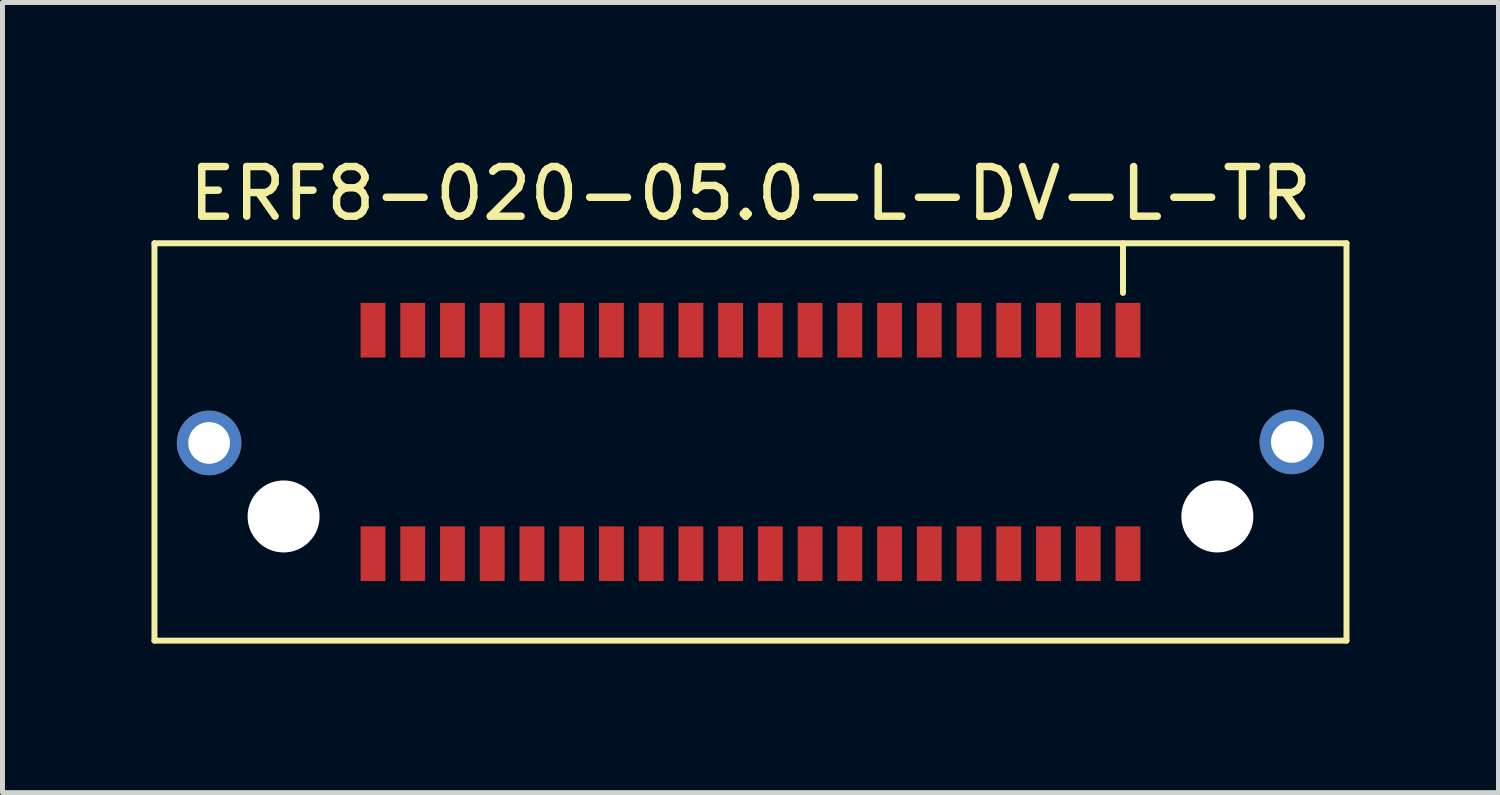
<source format=kicad_pcb>
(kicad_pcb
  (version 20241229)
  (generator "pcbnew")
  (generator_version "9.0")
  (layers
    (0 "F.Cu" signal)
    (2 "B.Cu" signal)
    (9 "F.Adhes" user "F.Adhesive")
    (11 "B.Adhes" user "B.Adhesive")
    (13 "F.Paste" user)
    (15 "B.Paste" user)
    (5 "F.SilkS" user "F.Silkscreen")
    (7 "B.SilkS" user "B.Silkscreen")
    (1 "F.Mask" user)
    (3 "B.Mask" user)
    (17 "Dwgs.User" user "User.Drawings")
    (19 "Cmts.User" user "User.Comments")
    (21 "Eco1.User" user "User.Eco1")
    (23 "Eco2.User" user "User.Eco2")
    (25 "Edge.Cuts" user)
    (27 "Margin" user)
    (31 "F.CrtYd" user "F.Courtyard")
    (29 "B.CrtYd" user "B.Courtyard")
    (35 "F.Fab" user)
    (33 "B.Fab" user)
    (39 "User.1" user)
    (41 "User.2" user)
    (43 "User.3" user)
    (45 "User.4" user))
  (footprint "ERF8-020-05.0-L-DV-L-TR"
    (layer "F.Cu")
    (at 12.06 5.848)
    (property "Reference" "ERF8-020-05.0-L-DV-L-TR" (at 0 -5 0) (layer "F.SilkS") (effects (font (size 1 1) (thickness 0.15))))
    (attr through_hole)
    (fp_line (start -12 -4) (end -12 4) (stroke (width 0.12) (type solid)) (layer "F.SilkS"))
    (fp_line (start -12 4) (end 12 4) (stroke (width 0.12) (type solid)) (layer "F.SilkS"))
    (fp_line (start 7.5 -4) (end 7.5 -3) (stroke (width 0.12) (type solid)) (layer "F.SilkS"))
    (fp_line (start 12 -4) (end -12 -4) (stroke (width 0.12) (type solid)) (layer "F.SilkS"))
    (fp_line (start 12 4) (end 12 -4) (stroke (width 0.12) (type solid)) (layer "F.SilkS"))
    (pad "" thru_hole circle (at -10.9 0.02) (size 1.3 1.3) (drill 0.84) (layers "*.Cu" "*.Mask"))
    (pad "" np_thru_hole circle (at -9.4 1.5) (size 1.45 1.45) (drill 1.45) (layers "*.Cu" "*.Mask"))
    (pad "" np_thru_hole circle (at 9.4 1.5) (size 1.45 1.45) (drill 1.45) (layers "*.Cu" "*.Mask"))
    (pad "" thru_hole circle (at 10.9 0) (size 1.3 1.3) (drill 0.84) (layers "*.Cu" "*.Mask"))
    (pad "1" smd rect (at 7.6 -2.25) (size 0.5 1.1) (layers "F.Cu" "F.Mask" "F.Paste"))
    (pad "2" smd rect (at 7.6 2.25) (size 0.5 1.1) (layers "F.Cu" "F.Mask" "F.Paste"))
    (pad "3" smd rect (at 6.8 -2.25) (size 0.5 1.1) (layers "F.Cu" "F.Mask" "F.Paste"))
    (pad "4" smd rect (at 6.8 2.25) (size 0.5 1.1) (layers "F.Cu" "F.Mask" "F.Paste"))
    (pad "5" smd rect (at 6 -2.25) (size 0.5 1.1) (layers "F.Cu" "F.Mask" "F.Paste"))
    (pad "6" smd rect (at 6 2.25) (size 0.5 1.1) (layers "F.Cu" "F.Mask" "F.Paste"))
    (pad "7" smd rect (at 5.2 -2.25) (size 0.5 1.1) (layers "F.Cu" "F.Mask" "F.Paste"))
    (pad "8" smd rect (at 5.2 2.25) (size 0.5 1.1) (layers "F.Cu" "F.Mask" "F.Paste"))
    (pad "9" smd rect (at 4.4 -2.25) (size 0.5 1.1) (layers "F.Cu" "F.Mask" "F.Paste"))
    (pad "10" smd rect (at 4.4 2.25) (size 0.5 1.1) (layers "F.Cu" "F.Mask" "F.Paste"))
    (pad "11" smd rect (at 3.6 -2.25) (size 0.5 1.1) (layers "F.Cu" "F.Mask" "F.Paste"))
    (pad "12" smd rect (at 3.6 2.25) (size 0.5 1.1) (layers "F.Cu" "F.Mask" "F.Paste"))
    (pad "13" smd rect (at 2.8 -2.25) (size 0.5 1.1) (layers "F.Cu" "F.Mask" "F.Paste"))
    (pad "14" smd rect (at 2.8 2.25) (size 0.5 1.1) (layers "F.Cu" "F.Mask" "F.Paste"))
    (pad "15" smd rect (at 2 -2.25) (size 0.5 1.1) (layers "F.Cu" "F.Mask" "F.Paste"))
    (pad "16" smd rect (at 2 2.25) (size 0.5 1.1) (layers "F.Cu" "F.Mask" "F.Paste"))
    (pad "17" smd rect (at 1.2 -2.25) (size 0.5 1.1) (layers "F.Cu" "F.Mask" "F.Paste"))
    (pad "18" smd rect (at 1.2 2.25) (size 0.5 1.1) (layers "F.Cu" "F.Mask" "F.Paste"))
    (pad "19" smd rect (at 0.4 -2.25) (size 0.5 1.1) (layers "F.Cu" "F.Mask" "F.Paste"))
    (pad "20" smd rect (at 0.4 2.25) (size 0.5 1.1) (layers "F.Cu" "F.Mask" "F.Paste"))
    (pad "21" smd rect (at -0.4 -2.25) (size 0.5 1.1) (layers "F.Cu" "F.Mask" "F.Paste"))
    (pad "22" smd rect (at -0.4 2.25) (size 0.5 1.1) (layers "F.Cu" "F.Mask" "F.Paste"))
    (pad "23" smd rect (at -1.2 -2.25) (size 0.5 1.1) (layers "F.Cu" "F.Mask" "F.Paste"))
    (pad "24" smd rect (at -1.2 2.25) (size 0.5 1.1) (layers "F.Cu" "F.Mask" "F.Paste"))
    (pad "25" smd rect (at -2 -2.25) (size 0.5 1.1) (layers "F.Cu" "F.Mask" "F.Paste"))
    (pad "26" smd rect (at -2 2.25) (size 0.5 1.1) (layers "F.Cu" "F.Mask" "F.Paste"))
    (pad "27" smd rect (at -2.8 -2.25) (size 0.5 1.1) (layers "F.Cu" "F.Mask" "F.Paste"))
    (pad "28" smd rect (at -2.8 2.25) (size 0.5 1.1) (layers "F.Cu" "F.Mask" "F.Paste"))
    (pad "29" smd rect (at -3.6 -2.25) (size 0.5 1.1) (layers "F.Cu" "F.Mask" "F.Paste"))
    (pad "30" smd rect (at -3.6 2.25) (size 0.5 1.1) (layers "F.Cu" "F.Mask" "F.Paste"))
    (pad "31" smd rect (at -4.4 -2.25) (size 0.5 1.1) (layers "F.Cu" "F.Mask" "F.Paste"))
    (pad "32" smd rect (at -4.4 2.25) (size 0.5 1.1) (layers "F.Cu" "F.Mask" "F.Paste"))
    (pad "33" smd rect (at -5.2 -2.25) (size 0.5 1.1) (layers "F.Cu" "F.Mask" "F.Paste"))
    (pad "34" smd rect (at -5.2 2.25) (size 0.5 1.1) (layers "F.Cu" "F.Mask" "F.Paste"))
    (pad "35" smd rect (at -6 -2.25) (size 0.5 1.1) (layers "F.Cu" "F.Mask" "F.Paste"))
    (pad "36" smd rect (at -6 2.25) (size 0.5 1.1) (layers "F.Cu" "F.Mask" "F.Paste"))
    (pad "37" smd rect (at -6.8 -2.25) (size 0.5 1.1) (layers "F.Cu" "F.Mask" "F.Paste"))
    (pad "38" smd rect (at -6.8 2.25) (size 0.5 1.1) (layers "F.Cu" "F.Mask" "F.Paste"))
    (pad "39" smd rect (at -7.6 -2.25) (size 0.5 1.1) (layers "F.Cu" "F.Mask" "F.Paste"))
    (pad "40" smd rect (at -7.6 2.25) (size 0.5 1.1) (layers "F.Cu" "F.Mask" "F.Paste")))
  (gr_rect
    (start -3 -3)
    (end 27.12 12.908)
    (stroke (width 0.1) (type default))
    (fill no)
    (layer "Edge.Cuts")))
</source>
